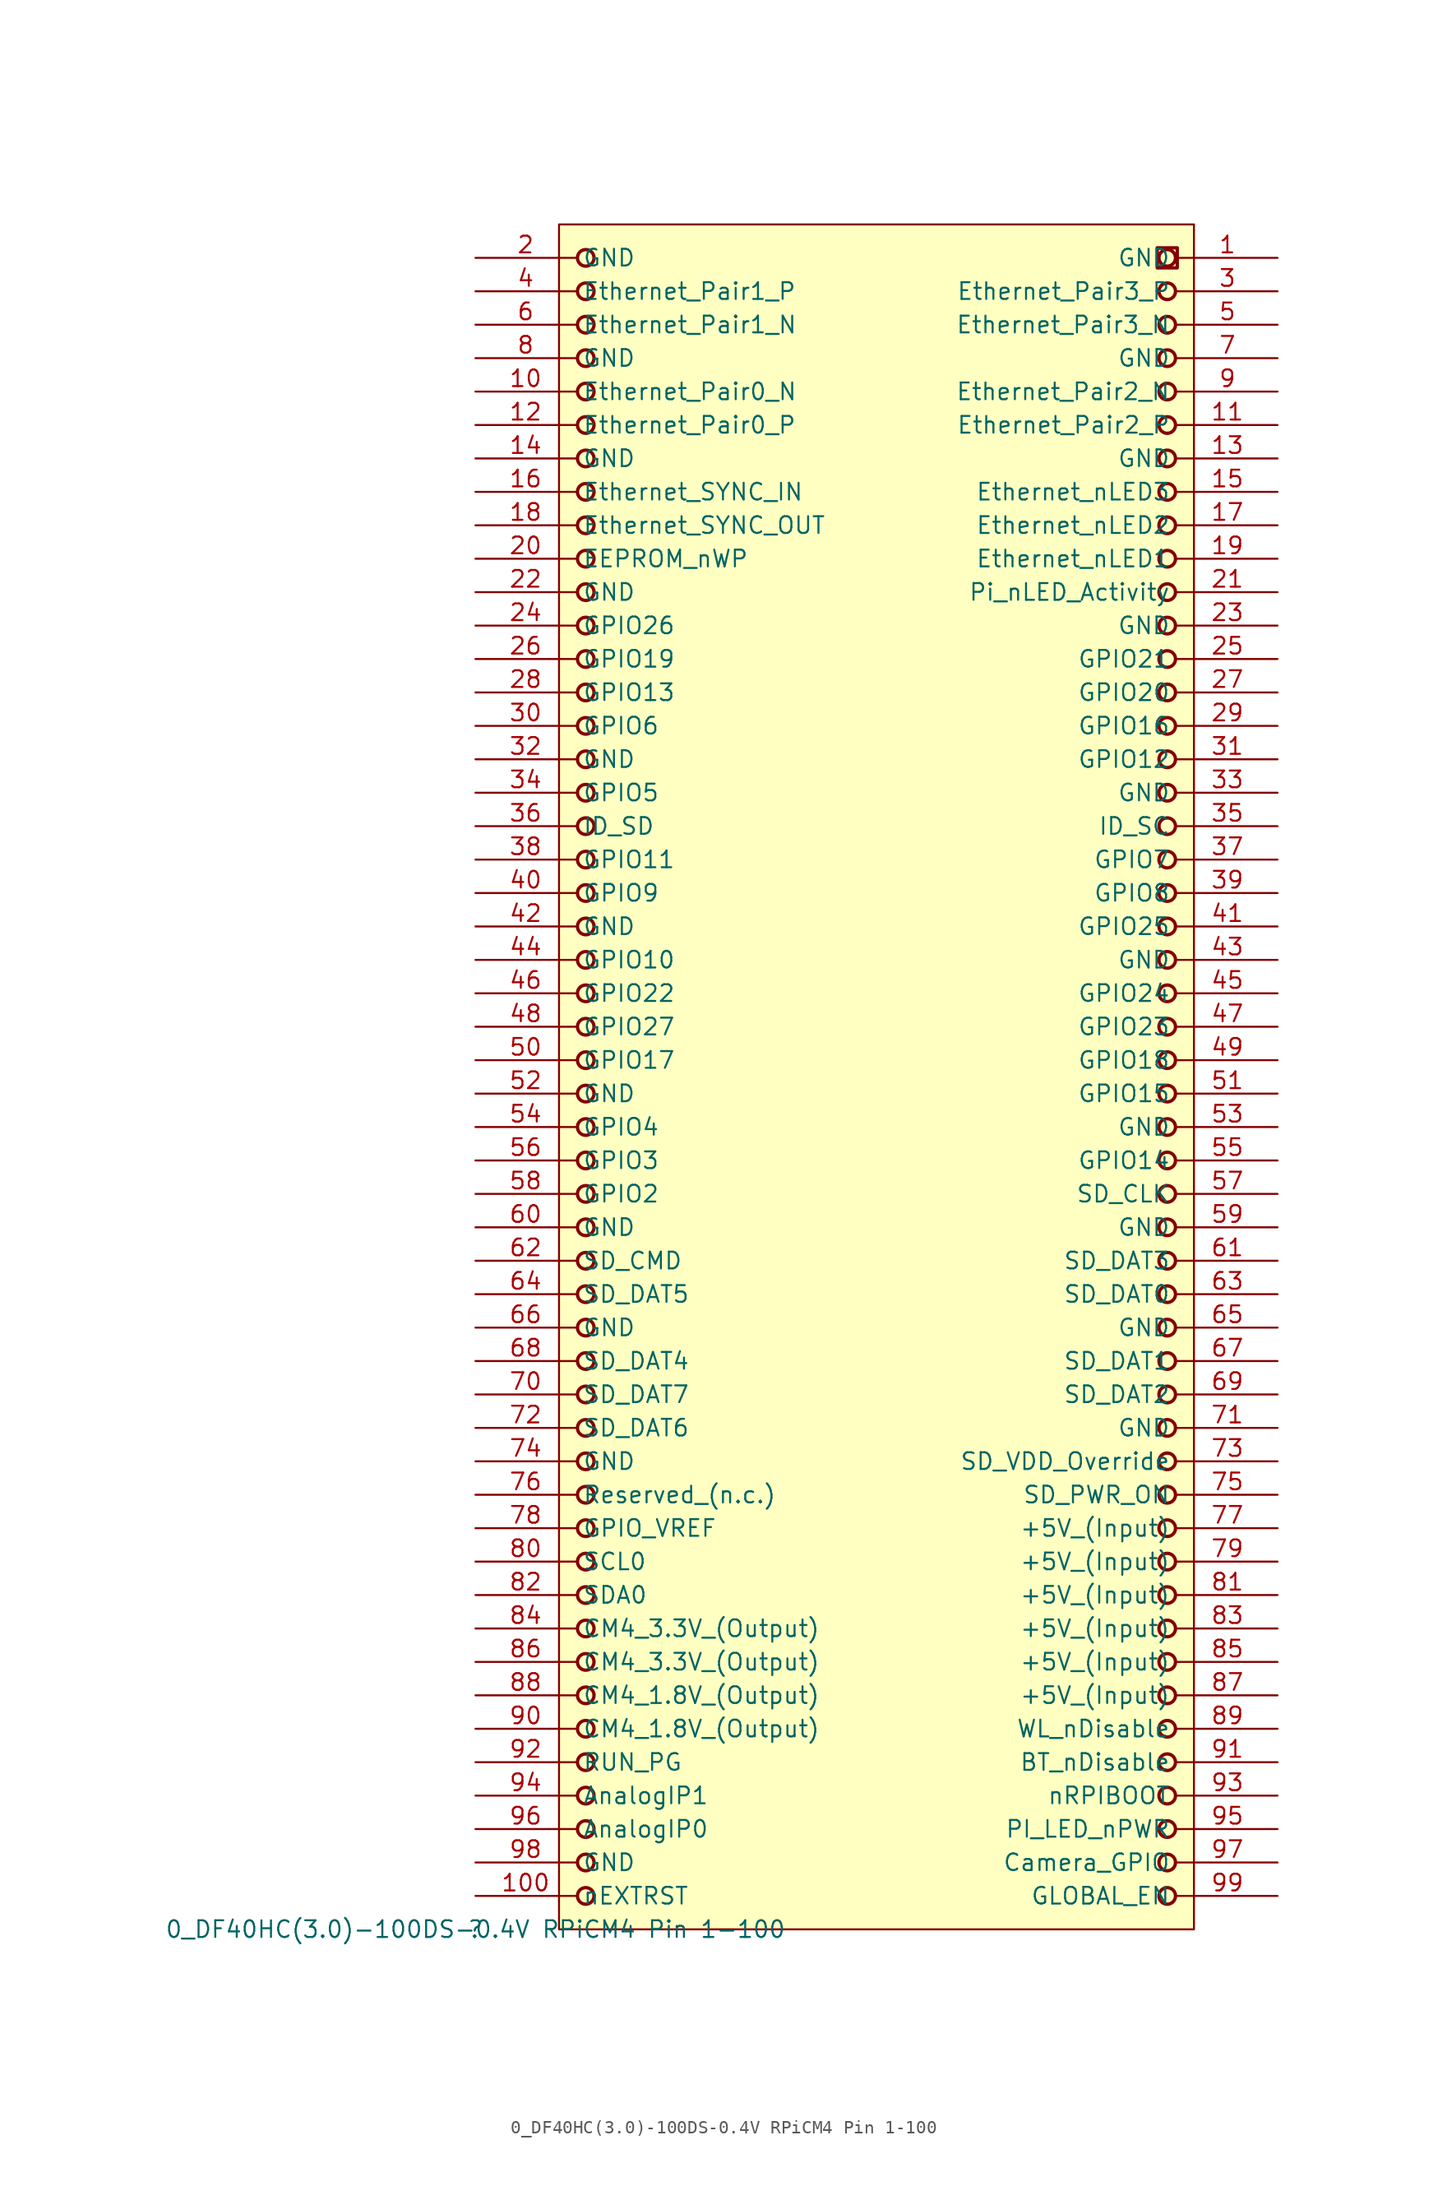
<source format=kicad_sym>
(kicad_symbol_lib
  (version 20211014)
  (generator kicad_symbol_editor)
  (symbol "0_DF40HC(3.0)-100DS-0.4V RPiCM4 Pin 1-100"
    (property "Reference" ""
      (at 0 0 0)
      (effects (font (size 1.27 1.27))))
    (property "Value" "0_DF40HC(3.0)-100DS-0.4V RPiCM4 Pin 1-100"
      (at 0 0 0)
      (effects (font (size 1.27 1.27))))
    (symbol "0_DF40HC(3.0)-100DS-0.4V RPiCM4 Pin 1-100_1_0"
      (polyline (pts (xy 53.34 126.238) (xy 51.816 126.238) (xy 51.816 127.762) (xy 53.34 127.762) (xy 53.34 126.238)) (stroke (width 0.254) (type default) (color 0 0 0 0)) (fill (type none)))
      (circle (center 8.382 2.54) (radius 0.63) (stroke (width 0.254) (type default) (color 0 0 0 0)) (fill (type none)))
      (circle (center 8.382 5.08) (radius 0.63) (stroke (width 0.254) (type default) (color 0 0 0 0)) (fill (type none)))
      (circle (center 8.382 7.62) (radius 0.63) (stroke (width 0.254) (type default) (color 0 0 0 0)) (fill (type none)))
      (circle (center 8.382 10.16) (radius 0.63) (stroke (width 0.254) (type default) (color 0 0 0 0)) (fill (type none)))
      (circle (center 8.382 12.7) (radius 0.63) (stroke (width 0.254) (type default) (color 0 0 0 0)) (fill (type none)))
      (circle (center 8.382 15.24) (radius 0.63) (stroke (width 0.254) (type default) (color 0 0 0 0)) (fill (type none)))
      (circle (center 8.382 17.78) (radius 0.63) (stroke (width 0.254) (type default) (color 0 0 0 0)) (fill (type none)))
      (circle (center 8.382 20.32) (radius 0.63) (stroke (width 0.254) (type default) (color 0 0 0 0)) (fill (type none)))
      (circle (center 8.382 22.86) (radius 0.63) (stroke (width 0.254) (type default) (color 0 0 0 0)) (fill (type none)))
      (circle (center 8.382 25.4) (radius 0.63) (stroke (width 0.254) (type default) (color 0 0 0 0)) (fill (type none)))
      (circle (center 8.382 27.94) (radius 0.63) (stroke (width 0.254) (type default) (color 0 0 0 0)) (fill (type none)))
      (circle (center 8.382 30.48) (radius 0.63) (stroke (width 0.254) (type default) (color 0 0 0 0)) (fill (type none)))
      (circle (center 8.382 33.02) (radius 0.63) (stroke (width 0.254) (type default) (color 0 0 0 0)) (fill (type none)))
      (circle (center 8.382 35.56) (radius 0.63) (stroke (width 0.254) (type default) (color 0 0 0 0)) (fill (type none)))
      (circle (center 8.382 38.1) (radius 0.63) (stroke (width 0.254) (type default) (color 0 0 0 0)) (fill (type none)))
      (circle (center 8.382 40.64) (radius 0.63) (stroke (width 0.254) (type default) (color 0 0 0 0)) (fill (type none)))
      (circle (center 8.382 43.18) (radius 0.63) (stroke (width 0.254) (type default) (color 0 0 0 0)) (fill (type none)))
      (circle (center 8.382 45.72) (radius 0.63) (stroke (width 0.254) (type default) (color 0 0 0 0)) (fill (type none)))
      (circle (center 8.382 48.26) (radius 0.63) (stroke (width 0.254) (type default) (color 0 0 0 0)) (fill (type none)))
      (circle (center 8.382 50.8) (radius 0.63) (stroke (width 0.254) (type default) (color 0 0 0 0)) (fill (type none)))
      (circle (center 8.382 53.34) (radius 0.63) (stroke (width 0.254) (type default) (color 0 0 0 0)) (fill (type none)))
      (circle (center 8.382 55.88) (radius 0.63) (stroke (width 0.254) (type default) (color 0 0 0 0)) (fill (type none)))
      (circle (center 8.382 58.42) (radius 0.63) (stroke (width 0.254) (type default) (color 0 0 0 0)) (fill (type none)))
      (circle (center 8.382 60.96) (radius 0.63) (stroke (width 0.254) (type default) (color 0 0 0 0)) (fill (type none)))
      (circle (center 8.382 63.5) (radius 0.63) (stroke (width 0.254) (type default) (color 0 0 0 0)) (fill (type none)))
      (circle (center 8.382 66.04) (radius 0.63) (stroke (width 0.254) (type default) (color 0 0 0 0)) (fill (type none)))
      (circle (center 8.382 68.58) (radius 0.63) (stroke (width 0.254) (type default) (color 0 0 0 0)) (fill (type none)))
      (circle (center 8.382 71.12) (radius 0.63) (stroke (width 0.254) (type default) (color 0 0 0 0)) (fill (type none)))
      (circle (center 8.382 73.66) (radius 0.63) (stroke (width 0.254) (type default) (color 0 0 0 0)) (fill (type none)))
      (circle (center 8.382 76.2) (radius 0.63) (stroke (width 0.254) (type default) (color 0 0 0 0)) (fill (type none)))
      (circle (center 8.382 78.74) (radius 0.63) (stroke (width 0.254) (type default) (color 0 0 0 0)) (fill (type none)))
      (circle (center 8.382 81.28) (radius 0.63) (stroke (width 0.254) (type default) (color 0 0 0 0)) (fill (type none)))
      (circle (center 8.382 83.82) (radius 0.63) (stroke (width 0.254) (type default) (color 0 0 0 0)) (fill (type none)))
      (circle (center 8.382 86.36) (radius 0.63) (stroke (width 0.254) (type default) (color 0 0 0 0)) (fill (type none)))
      (circle (center 8.382 88.9) (radius 0.63) (stroke (width 0.254) (type default) (color 0 0 0 0)) (fill (type none)))
      (circle (center 8.382 91.44) (radius 0.63) (stroke (width 0.254) (type default) (color 0 0 0 0)) (fill (type none)))
      (circle (center 8.382 93.98) (radius 0.63) (stroke (width 0.254) (type default) (color 0 0 0 0)) (fill (type none)))
      (circle (center 8.382 96.52) (radius 0.63) (stroke (width 0.254) (type default) (color 0 0 0 0)) (fill (type none)))
      (circle (center 8.382 99.06) (radius 0.63) (stroke (width 0.254) (type default) (color 0 0 0 0)) (fill (type none)))
      (circle (center 8.382 101.6) (radius 0.63) (stroke (width 0.254) (type default) (color 0 0 0 0)) (fill (type none)))
      (circle (center 8.382 104.14) (radius 0.63) (stroke (width 0.254) (type default) (color 0 0 0 0)) (fill (type none)))
      (circle (center 8.382 106.68) (radius 0.63) (stroke (width 0.254) (type default) (color 0 0 0 0)) (fill (type none)))
      (circle (center 8.382 109.22) (radius 0.63) (stroke (width 0.254) (type default) (color 0 0 0 0)) (fill (type none)))
      (circle (center 8.382 111.76) (radius 0.63) (stroke (width 0.254) (type default) (color 0 0 0 0)) (fill (type none)))
      (circle (center 8.382 114.3) (radius 0.63) (stroke (width 0.254) (type default) (color 0 0 0 0)) (fill (type none)))
      (circle (center 8.382 116.84) (radius 0.63) (stroke (width 0.254) (type default) (color 0 0 0 0)) (fill (type none)))
      (circle (center 8.382 119.38) (radius 0.63) (stroke (width 0.254) (type default) (color 0 0 0 0)) (fill (type none)))
      (circle (center 8.382 121.92) (radius 0.63) (stroke (width 0.254) (type default) (color 0 0 0 0)) (fill (type none)))
      (circle (center 8.382 124.46) (radius 0.63) (stroke (width 0.254) (type default) (color 0 0 0 0)) (fill (type none)))
      (circle (center 8.382 127) (radius 0.63) (stroke (width 0.254) (type default) (color 0 0 0 0)) (fill (type none)))
      (circle (center 52.578 2.54) (radius 0.63) (stroke (width 0.254) (type default) (color 0 0 0 0)) (fill (type none)))
      (circle (center 52.578 5.08) (radius 0.63) (stroke (width 0.254) (type default) (color 0 0 0 0)) (fill (type none)))
      (circle (center 52.578 7.62) (radius 0.63) (stroke (width 0.254) (type default) (color 0 0 0 0)) (fill (type none)))
      (circle (center 52.578 10.16) (radius 0.63) (stroke (width 0.254) (type default) (color 0 0 0 0)) (fill (type none)))
      (circle (center 52.578 12.7) (radius 0.63) (stroke (width 0.254) (type default) (color 0 0 0 0)) (fill (type none)))
      (circle (center 52.578 15.24) (radius 0.63) (stroke (width 0.254) (type default) (color 0 0 0 0)) (fill (type none)))
      (circle (center 52.578 17.78) (radius 0.63) (stroke (width 0.254) (type default) (color 0 0 0 0)) (fill (type none)))
      (circle (center 52.578 20.32) (radius 0.63) (stroke (width 0.254) (type default) (color 0 0 0 0)) (fill (type none)))
      (circle (center 52.578 22.86) (radius 0.63) (stroke (width 0.254) (type default) (color 0 0 0 0)) (fill (type none)))
      (circle (center 52.578 25.4) (radius 0.63) (stroke (width 0.254) (type default) (color 0 0 0 0)) (fill (type none)))
      (circle (center 52.578 27.94) (radius 0.63) (stroke (width 0.254) (type default) (color 0 0 0 0)) (fill (type none)))
      (circle (center 52.578 30.48) (radius 0.63) (stroke (width 0.254) (type default) (color 0 0 0 0)) (fill (type none)))
      (circle (center 52.578 33.02) (radius 0.63) (stroke (width 0.254) (type default) (color 0 0 0 0)) (fill (type none)))
      (circle (center 52.578 35.56) (radius 0.63) (stroke (width 0.254) (type default) (color 0 0 0 0)) (fill (type none)))
      (circle (center 52.578 38.1) (radius 0.63) (stroke (width 0.254) (type default) (color 0 0 0 0)) (fill (type none)))
      (circle (center 52.578 40.64) (radius 0.63) (stroke (width 0.254) (type default) (color 0 0 0 0)) (fill (type none)))
      (circle (center 52.578 43.18) (radius 0.63) (stroke (width 0.254) (type default) (color 0 0 0 0)) (fill (type none)))
      (circle (center 52.578 45.72) (radius 0.63) (stroke (width 0.254) (type default) (color 0 0 0 0)) (fill (type none)))
      (circle (center 52.578 48.26) (radius 0.63) (stroke (width 0.254) (type default) (color 0 0 0 0)) (fill (type none)))
      (circle (center 52.578 50.8) (radius 0.63) (stroke (width 0.254) (type default) (color 0 0 0 0)) (fill (type none)))
      (circle (center 52.578 53.34) (radius 0.63) (stroke (width 0.254) (type default) (color 0 0 0 0)) (fill (type none)))
      (circle (center 52.578 55.88) (radius 0.63) (stroke (width 0.254) (type default) (color 0 0 0 0)) (fill (type none)))
      (circle (center 52.578 58.42) (radius 0.63) (stroke (width 0.254) (type default) (color 0 0 0 0)) (fill (type none)))
      (circle (center 52.578 60.96) (radius 0.63) (stroke (width 0.254) (type default) (color 0 0 0 0)) (fill (type none)))
      (circle (center 52.578 63.5) (radius 0.63) (stroke (width 0.254) (type default) (color 0 0 0 0)) (fill (type none)))
      (circle (center 52.578 66.04) (radius 0.63) (stroke (width 0.254) (type default) (color 0 0 0 0)) (fill (type none)))
      (circle (center 52.578 68.58) (radius 0.63) (stroke (width 0.254) (type default) (color 0 0 0 0)) (fill (type none)))
      (circle (center 52.578 71.12) (radius 0.63) (stroke (width 0.254) (type default) (color 0 0 0 0)) (fill (type none)))
      (circle (center 52.578 73.66) (radius 0.63) (stroke (width 0.254) (type default) (color 0 0 0 0)) (fill (type none)))
      (circle (center 52.578 76.2) (radius 0.63) (stroke (width 0.254) (type default) (color 0 0 0 0)) (fill (type none)))
      (circle (center 52.578 78.74) (radius 0.63) (stroke (width 0.254) (type default) (color 0 0 0 0)) (fill (type none)))
      (circle (center 52.578 81.28) (radius 0.63) (stroke (width 0.254) (type default) (color 0 0 0 0)) (fill (type none)))
      (circle (center 52.578 83.82) (radius 0.63) (stroke (width 0.254) (type default) (color 0 0 0 0)) (fill (type none)))
      (circle (center 52.578 86.36) (radius 0.63) (stroke (width 0.254) (type default) (color 0 0 0 0)) (fill (type none)))
      (circle (center 52.578 88.9) (radius 0.63) (stroke (width 0.254) (type default) (color 0 0 0 0)) (fill (type none)))
      (circle (center 52.578 91.44) (radius 0.63) (stroke (width 0.254) (type default) (color 0 0 0 0)) (fill (type none)))
      (circle (center 52.578 93.98) (radius 0.63) (stroke (width 0.254) (type default) (color 0 0 0 0)) (fill (type none)))
      (circle (center 52.578 96.52) (radius 0.63) (stroke (width 0.254) (type default) (color 0 0 0 0)) (fill (type none)))
      (circle (center 52.578 99.06) (radius 0.63) (stroke (width 0.254) (type default) (color 0 0 0 0)) (fill (type none)))
      (circle (center 52.578 101.6) (radius 0.63) (stroke (width 0.254) (type default) (color 0 0 0 0)) (fill (type none)))
      (circle (center 52.578 104.14) (radius 0.63) (stroke (width 0.254) (type default) (color 0 0 0 0)) (fill (type none)))
      (circle (center 52.578 106.68) (radius 0.63) (stroke (width 0.254) (type default) (color 0 0 0 0)) (fill (type none)))
      (circle (center 52.578 109.22) (radius 0.63) (stroke (width 0.254) (type default) (color 0 0 0 0)) (fill (type none)))
      (circle (center 52.578 111.76) (radius 0.63) (stroke (width 0.254) (type default) (color 0 0 0 0)) (fill (type none)))
      (circle (center 52.578 114.3) (radius 0.63) (stroke (width 0.254) (type default) (color 0 0 0 0)) (fill (type none)))
      (circle (center 52.578 116.84) (radius 0.63) (stroke (width 0.254) (type default) (color 0 0 0 0)) (fill (type none)))
      (circle (center 52.578 119.38) (radius 0.63) (stroke (width 0.254) (type default) (color 0 0 0 0)) (fill (type none)))
      (circle (center 52.578 121.92) (radius 0.63) (stroke (width 0.254) (type default) (color 0 0 0 0)) (fill (type none)))
      (circle (center 52.578 124.46) (radius 0.63) (stroke (width 0.254) (type default) (color 0 0 0 0)) (fill (type none)))
      (circle (center 52.578 127) (radius 0.63) (stroke (width 0.254) (type default) (color 0 0 0 0)) (fill (type none)))
      (rectangle (start 54.61 129.54) (end 6.35 0) (stroke (width 0) (type default) (color 0 0 0 0)) (fill (type background)))
      (pin passive line (at 60.96 127 180) (length 7.62) (name "GND" (effects (font (size 1.27 1.27)))) (number "1" (effects (font (size 1.27 1.27)))))
      (pin passive line (at 0 116.84 0) (length 7.62) (name "Ethernet_Pair0_N" (effects (font (size 1.27 1.27)))) (number "10" (effects (font (size 1.27 1.27)))))
      (pin passive line (at 0 2.54 0) (length 7.62) (name "nEXTRST" (effects (font (size 1.27 1.27)))) (number "100" (effects (font (size 1.27 1.27)))))
      (pin passive line (at 60.96 114.3 180) (length 7.62) (name "Ethernet_Pair2_P" (effects (font (size 1.27 1.27)))) (number "11" (effects (font (size 1.27 1.27)))))
      (pin passive line (at 0 114.3 0) (length 7.62) (name "Ethernet_Pair0_P" (effects (font (size 1.27 1.27)))) (number "12" (effects (font (size 1.27 1.27)))))
      (pin passive line (at 60.96 111.76 180) (length 7.62) (name "GND" (effects (font (size 1.27 1.27)))) (number "13" (effects (font (size 1.27 1.27)))))
      (pin passive line (at 0 111.76 0) (length 7.62) (name "GND" (effects (font (size 1.27 1.27)))) (number "14" (effects (font (size 1.27 1.27)))))
      (pin passive line (at 60.96 109.22 180) (length 7.62) (name "Ethernet_nLED3" (effects (font (size 1.27 1.27)))) (number "15" (effects (font (size 1.27 1.27)))))
      (pin passive line (at 0 109.22 0) (length 7.62) (name "Ethernet_SYNC_IN" (effects (font (size 1.27 1.27)))) (number "16" (effects (font (size 1.27 1.27)))))
      (pin passive line (at 60.96 106.68 180) (length 7.62) (name "Ethernet_nLED2" (effects (font (size 1.27 1.27)))) (number "17" (effects (font (size 1.27 1.27)))))
      (pin passive line (at 0 106.68 0) (length 7.62) (name "Ethernet_SYNC_OUT" (effects (font (size 1.27 1.27)))) (number "18" (effects (font (size 1.27 1.27)))))
      (pin passive line (at 60.96 104.14 180) (length 7.62) (name "Ethernet_nLED1" (effects (font (size 1.27 1.27)))) (number "19" (effects (font (size 1.27 1.27)))))
      (pin passive line (at 0 127 0) (length 7.62) (name "GND" (effects (font (size 1.27 1.27)))) (number "2" (effects (font (size 1.27 1.27)))))
      (pin passive line (at 0 104.14 0) (length 7.62) (name "EEPROM_nWP" (effects (font (size 1.27 1.27)))) (number "20" (effects (font (size 1.27 1.27)))))
      (pin passive line (at 60.96 101.6 180) (length 7.62) (name "Pi_nLED_Activity" (effects (font (size 1.27 1.27)))) (number "21" (effects (font (size 1.27 1.27)))))
      (pin passive line (at 0 101.6 0) (length 7.62) (name "GND" (effects (font (size 1.27 1.27)))) (number "22" (effects (font (size 1.27 1.27)))))
      (pin passive line (at 60.96 99.06 180) (length 7.62) (name "GND" (effects (font (size 1.27 1.27)))) (number "23" (effects (font (size 1.27 1.27)))))
      (pin passive line (at 0 99.06 0) (length 7.62) (name "GPIO26" (effects (font (size 1.27 1.27)))) (number "24" (effects (font (size 1.27 1.27)))))
      (pin passive line (at 60.96 96.52 180) (length 7.62) (name "GPIO21" (effects (font (size 1.27 1.27)))) (number "25" (effects (font (size 1.27 1.27)))))
      (pin passive line (at 0 96.52 0) (length 7.62) (name "GPIO19" (effects (font (size 1.27 1.27)))) (number "26" (effects (font (size 1.27 1.27)))))
      (pin passive line (at 60.96 93.98 180) (length 7.62) (name "GPIO20" (effects (font (size 1.27 1.27)))) (number "27" (effects (font (size 1.27 1.27)))))
      (pin passive line (at 0 93.98 0) (length 7.62) (name "GPIO13" (effects (font (size 1.27 1.27)))) (number "28" (effects (font (size 1.27 1.27)))))
      (pin passive line (at 60.96 91.44 180) (length 7.62) (name "GPIO16" (effects (font (size 1.27 1.27)))) (number "29" (effects (font (size 1.27 1.27)))))
      (pin passive line (at 60.96 124.46 180) (length 7.62) (name "Ethernet_Pair3_P" (effects (font (size 1.27 1.27)))) (number "3" (effects (font (size 1.27 1.27)))))
      (pin passive line (at 0 91.44 0) (length 7.62) (name "GPIO6" (effects (font (size 1.27 1.27)))) (number "30" (effects (font (size 1.27 1.27)))))
      (pin passive line (at 60.96 88.9 180) (length 7.62) (name "GPIO12" (effects (font (size 1.27 1.27)))) (number "31" (effects (font (size 1.27 1.27)))))
      (pin passive line (at 0 88.9 0) (length 7.62) (name "GND" (effects (font (size 1.27 1.27)))) (number "32" (effects (font (size 1.27 1.27)))))
      (pin passive line (at 60.96 86.36 180) (length 7.62) (name "GND" (effects (font (size 1.27 1.27)))) (number "33" (effects (font (size 1.27 1.27)))))
      (pin passive line (at 0 86.36 0) (length 7.62) (name "GPIO5" (effects (font (size 1.27 1.27)))) (number "34" (effects (font (size 1.27 1.27)))))
      (pin passive line (at 60.96 83.82 180) (length 7.62) (name "ID_SC" (effects (font (size 1.27 1.27)))) (number "35" (effects (font (size 1.27 1.27)))))
      (pin passive line (at 0 83.82 0) (length 7.62) (name "ID_SD" (effects (font (size 1.27 1.27)))) (number "36" (effects (font (size 1.27 1.27)))))
      (pin passive line (at 60.96 81.28 180) (length 7.62) (name "GPIO7" (effects (font (size 1.27 1.27)))) (number "37" (effects (font (size 1.27 1.27)))))
      (pin passive line (at 0 81.28 0) (length 7.62) (name "GPIO11" (effects (font (size 1.27 1.27)))) (number "38" (effects (font (size 1.27 1.27)))))
      (pin passive line (at 60.96 78.74 180) (length 7.62) (name "GPIO8" (effects (font (size 1.27 1.27)))) (number "39" (effects (font (size 1.27 1.27)))))
      (pin passive line (at 0 124.46 0) (length 7.62) (name "Ethernet_Pair1_P" (effects (font (size 1.27 1.27)))) (number "4" (effects (font (size 1.27 1.27)))))
      (pin passive line (at 0 78.74 0) (length 7.62) (name "GPIO9" (effects (font (size 1.27 1.27)))) (number "40" (effects (font (size 1.27 1.27)))))
      (pin passive line (at 60.96 76.2 180) (length 7.62) (name "GPIO25" (effects (font (size 1.27 1.27)))) (number "41" (effects (font (size 1.27 1.27)))))
      (pin passive line (at 0 76.2 0) (length 7.62) (name "GND" (effects (font (size 1.27 1.27)))) (number "42" (effects (font (size 1.27 1.27)))))
      (pin passive line (at 60.96 73.66 180) (length 7.62) (name "GND" (effects (font (size 1.27 1.27)))) (number "43" (effects (font (size 1.27 1.27)))))
      (pin passive line (at 0 73.66 0) (length 7.62) (name "GPIO10" (effects (font (size 1.27 1.27)))) (number "44" (effects (font (size 1.27 1.27)))))
      (pin passive line (at 60.96 71.12 180) (length 7.62) (name "GPIO24" (effects (font (size 1.27 1.27)))) (number "45" (effects (font (size 1.27 1.27)))))
      (pin passive line (at 0 71.12 0) (length 7.62) (name "GPIO22" (effects (font (size 1.27 1.27)))) (number "46" (effects (font (size 1.27 1.27)))))
      (pin passive line (at 60.96 68.58 180) (length 7.62) (name "GPIO23" (effects (font (size 1.27 1.27)))) (number "47" (effects (font (size 1.27 1.27)))))
      (pin passive line (at 0 68.58 0) (length 7.62) (name "GPIO27" (effects (font (size 1.27 1.27)))) (number "48" (effects (font (size 1.27 1.27)))))
      (pin passive line (at 60.96 66.04 180) (length 7.62) (name "GPIO18" (effects (font (size 1.27 1.27)))) (number "49" (effects (font (size 1.27 1.27)))))
      (pin passive line (at 60.96 121.92 180) (length 7.62) (name "Ethernet_Pair3_N" (effects (font (size 1.27 1.27)))) (number "5" (effects (font (size 1.27 1.27)))))
      (pin passive line (at 0 66.04 0) (length 7.62) (name "GPIO17" (effects (font (size 1.27 1.27)))) (number "50" (effects (font (size 1.27 1.27)))))
      (pin passive line (at 60.96 63.5 180) (length 7.62) (name "GPIO15" (effects (font (size 1.27 1.27)))) (number "51" (effects (font (size 1.27 1.27)))))
      (pin passive line (at 0 63.5 0) (length 7.62) (name "GND" (effects (font (size 1.27 1.27)))) (number "52" (effects (font (size 1.27 1.27)))))
      (pin passive line (at 60.96 60.96 180) (length 7.62) (name "GND" (effects (font (size 1.27 1.27)))) (number "53" (effects (font (size 1.27 1.27)))))
      (pin passive line (at 0 60.96 0) (length 7.62) (name "GPIO4" (effects (font (size 1.27 1.27)))) (number "54" (effects (font (size 1.27 1.27)))))
      (pin passive line (at 60.96 58.42 180) (length 7.62) (name "GPIO14" (effects (font (size 1.27 1.27)))) (number "55" (effects (font (size 1.27 1.27)))))
      (pin passive line (at 0 58.42 0) (length 7.62) (name "GPIO3" (effects (font (size 1.27 1.27)))) (number "56" (effects (font (size 1.27 1.27)))))
      (pin passive line (at 60.96 55.88 180) (length 7.62) (name "SD_CLK" (effects (font (size 1.27 1.27)))) (number "57" (effects (font (size 1.27 1.27)))))
      (pin passive line (at 0 55.88 0) (length 7.62) (name "GPIO2" (effects (font (size 1.27 1.27)))) (number "58" (effects (font (size 1.27 1.27)))))
      (pin passive line (at 60.96 53.34 180) (length 7.62) (name "GND" (effects (font (size 1.27 1.27)))) (number "59" (effects (font (size 1.27 1.27)))))
      (pin passive line (at 0 121.92 0) (length 7.62) (name "Ethernet_Pair1_N" (effects (font (size 1.27 1.27)))) (number "6" (effects (font (size 1.27 1.27)))))
      (pin passive line (at 0 53.34 0) (length 7.62) (name "GND" (effects (font (size 1.27 1.27)))) (number "60" (effects (font (size 1.27 1.27)))))
      (pin passive line (at 60.96 50.8 180) (length 7.62) (name "SD_DAT3" (effects (font (size 1.27 1.27)))) (number "61" (effects (font (size 1.27 1.27)))))
      (pin passive line (at 0 50.8 0) (length 7.62) (name "SD_CMD" (effects (font (size 1.27 1.27)))) (number "62" (effects (font (size 1.27 1.27)))))
      (pin passive line (at 60.96 48.26 180) (length 7.62) (name "SD_DAT0" (effects (font (size 1.27 1.27)))) (number "63" (effects (font (size 1.27 1.27)))))
      (pin passive line (at 0 48.26 0) (length 7.62) (name "SD_DAT5" (effects (font (size 1.27 1.27)))) (number "64" (effects (font (size 1.27 1.27)))))
      (pin passive line (at 60.96 45.72 180) (length 7.62) (name "GND" (effects (font (size 1.27 1.27)))) (number "65" (effects (font (size 1.27 1.27)))))
      (pin passive line (at 0 45.72 0) (length 7.62) (name "GND" (effects (font (size 1.27 1.27)))) (number "66" (effects (font (size 1.27 1.27)))))
      (pin passive line (at 60.96 43.18 180) (length 7.62) (name "SD_DAT1" (effects (font (size 1.27 1.27)))) (number "67" (effects (font (size 1.27 1.27)))))
      (pin passive line (at 0 43.18 0) (length 7.62) (name "SD_DAT4" (effects (font (size 1.27 1.27)))) (number "68" (effects (font (size 1.27 1.27)))))
      (pin passive line (at 60.96 40.64 180) (length 7.62) (name "SD_DAT2" (effects (font (size 1.27 1.27)))) (number "69" (effects (font (size 1.27 1.27)))))
      (pin passive line (at 60.96 119.38 180) (length 7.62) (name "GND" (effects (font (size 1.27 1.27)))) (number "7" (effects (font (size 1.27 1.27)))))
      (pin passive line (at 0 40.64 0) (length 7.62) (name "SD_DAT7" (effects (font (size 1.27 1.27)))) (number "70" (effects (font (size 1.27 1.27)))))
      (pin passive line (at 60.96 38.1 180) (length 7.62) (name "GND" (effects (font (size 1.27 1.27)))) (number "71" (effects (font (size 1.27 1.27)))))
      (pin passive line (at 0 38.1 0) (length 7.62) (name "SD_DAT6" (effects (font (size 1.27 1.27)))) (number "72" (effects (font (size 1.27 1.27)))))
      (pin passive line (at 60.96 35.56 180) (length 7.62) (name "SD_VDD_Override" (effects (font (size 1.27 1.27)))) (number "73" (effects (font (size 1.27 1.27)))))
      (pin passive line (at 0 35.56 0) (length 7.62) (name "GND" (effects (font (size 1.27 1.27)))) (number "74" (effects (font (size 1.27 1.27)))))
      (pin passive line (at 60.96 33.02 180) (length 7.62) (name "SD_PWR_ON" (effects (font (size 1.27 1.27)))) (number "75" (effects (font (size 1.27 1.27)))))
      (pin passive line (at 0 33.02 0) (length 7.62) (name "Reserved_(n.c.)" (effects (font (size 1.27 1.27)))) (number "76" (effects (font (size 1.27 1.27)))))
      (pin passive line (at 60.96 30.48 180) (length 7.62) (name "+5V_(Input)" (effects (font (size 1.27 1.27)))) (number "77" (effects (font (size 1.27 1.27)))))
      (pin passive line (at 0 30.48 0) (length 7.62) (name "GPIO_VREF" (effects (font (size 1.27 1.27)))) (number "78" (effects (font (size 1.27 1.27)))))
      (pin passive line (at 60.96 27.94 180) (length 7.62) (name "+5V_(Input)" (effects (font (size 1.27 1.27)))) (number "79" (effects (font (size 1.27 1.27)))))
      (pin passive line (at 0 119.38 0) (length 7.62) (name "GND" (effects (font (size 1.27 1.27)))) (number "8" (effects (font (size 1.27 1.27)))))
      (pin passive line (at 0 27.94 0) (length 7.62) (name "SCL0" (effects (font (size 1.27 1.27)))) (number "80" (effects (font (size 1.27 1.27)))))
      (pin passive line (at 60.96 25.4 180) (length 7.62) (name "+5V_(Input)" (effects (font (size 1.27 1.27)))) (number "81" (effects (font (size 1.27 1.27)))))
      (pin passive line (at 0 25.4 0) (length 7.62) (name "SDA0" (effects (font (size 1.27 1.27)))) (number "82" (effects (font (size 1.27 1.27)))))
      (pin passive line (at 60.96 22.86 180) (length 7.62) (name "+5V_(Input)" (effects (font (size 1.27 1.27)))) (number "83" (effects (font (size 1.27 1.27)))))
      (pin passive line (at 0 22.86 0) (length 7.62) (name "CM4_3.3V_(Output)" (effects (font (size 1.27 1.27)))) (number "84" (effects (font (size 1.27 1.27)))))
      (pin passive line (at 60.96 20.32 180) (length 7.62) (name "+5V_(Input)" (effects (font (size 1.27 1.27)))) (number "85" (effects (font (size 1.27 1.27)))))
      (pin passive line (at 0 20.32 0) (length 7.62) (name "CM4_3.3V_(Output)" (effects (font (size 1.27 1.27)))) (number "86" (effects (font (size 1.27 1.27)))))
      (pin passive line (at 60.96 17.78 180) (length 7.62) (name "+5V_(Input)" (effects (font (size 1.27 1.27)))) (number "87" (effects (font (size 1.27 1.27)))))
      (pin passive line (at 0 17.78 0) (length 7.62) (name "CM4_1.8V_(Output)" (effects (font (size 1.27 1.27)))) (number "88" (effects (font (size 1.27 1.27)))))
      (pin passive line (at 60.96 15.24 180) (length 7.62) (name "WL_nDisable" (effects (font (size 1.27 1.27)))) (number "89" (effects (font (size 1.27 1.27)))))
      (pin passive line (at 60.96 116.84 180) (length 7.62) (name "Ethernet_Pair2_N" (effects (font (size 1.27 1.27)))) (number "9" (effects (font (size 1.27 1.27)))))
      (pin passive line (at 0 15.24 0) (length 7.62) (name "CM4_1.8V_(Output)" (effects (font (size 1.27 1.27)))) (number "90" (effects (font (size 1.27 1.27)))))
      (pin passive line (at 60.96 12.7 180) (length 7.62) (name "BT_nDisable" (effects (font (size 1.27 1.27)))) (number "91" (effects (font (size 1.27 1.27)))))
      (pin passive line (at 0 12.7 0) (length 7.62) (name "RUN_PG" (effects (font (size 1.27 1.27)))) (number "92" (effects (font (size 1.27 1.27)))))
      (pin passive line (at 60.96 10.16 180) (length 7.62) (name "nRPIBOOT" (effects (font (size 1.27 1.27)))) (number "93" (effects (font (size 1.27 1.27)))))
      (pin passive line (at 0 10.16 0) (length 7.62) (name "AnalogIP1" (effects (font (size 1.27 1.27)))) (number "94" (effects (font (size 1.27 1.27)))))
      (pin passive line (at 60.96 7.62 180) (length 7.62) (name "PI_LED_nPWR" (effects (font (size 1.27 1.27)))) (number "95" (effects (font (size 1.27 1.27)))))
      (pin passive line (at 0 7.62 0) (length 7.62) (name "AnalogIP0" (effects (font (size 1.27 1.27)))) (number "96" (effects (font (size 1.27 1.27)))))
      (pin passive line (at 60.96 5.08 180) (length 7.62) (name "Camera_GPIO" (effects (font (size 1.27 1.27)))) (number "97" (effects (font (size 1.27 1.27)))))
      (pin passive line (at 0 5.08 0) (length 7.62) (name "GND" (effects (font (size 1.27 1.27)))) (number "98" (effects (font (size 1.27 1.27)))))
      (pin passive line (at 60.96 2.54 180) (length 7.62) (name "GLOBAL_EN" (effects (font (size 1.27 1.27)))) (number "99" (effects (font (size 1.27 1.27))))))))
</source>
